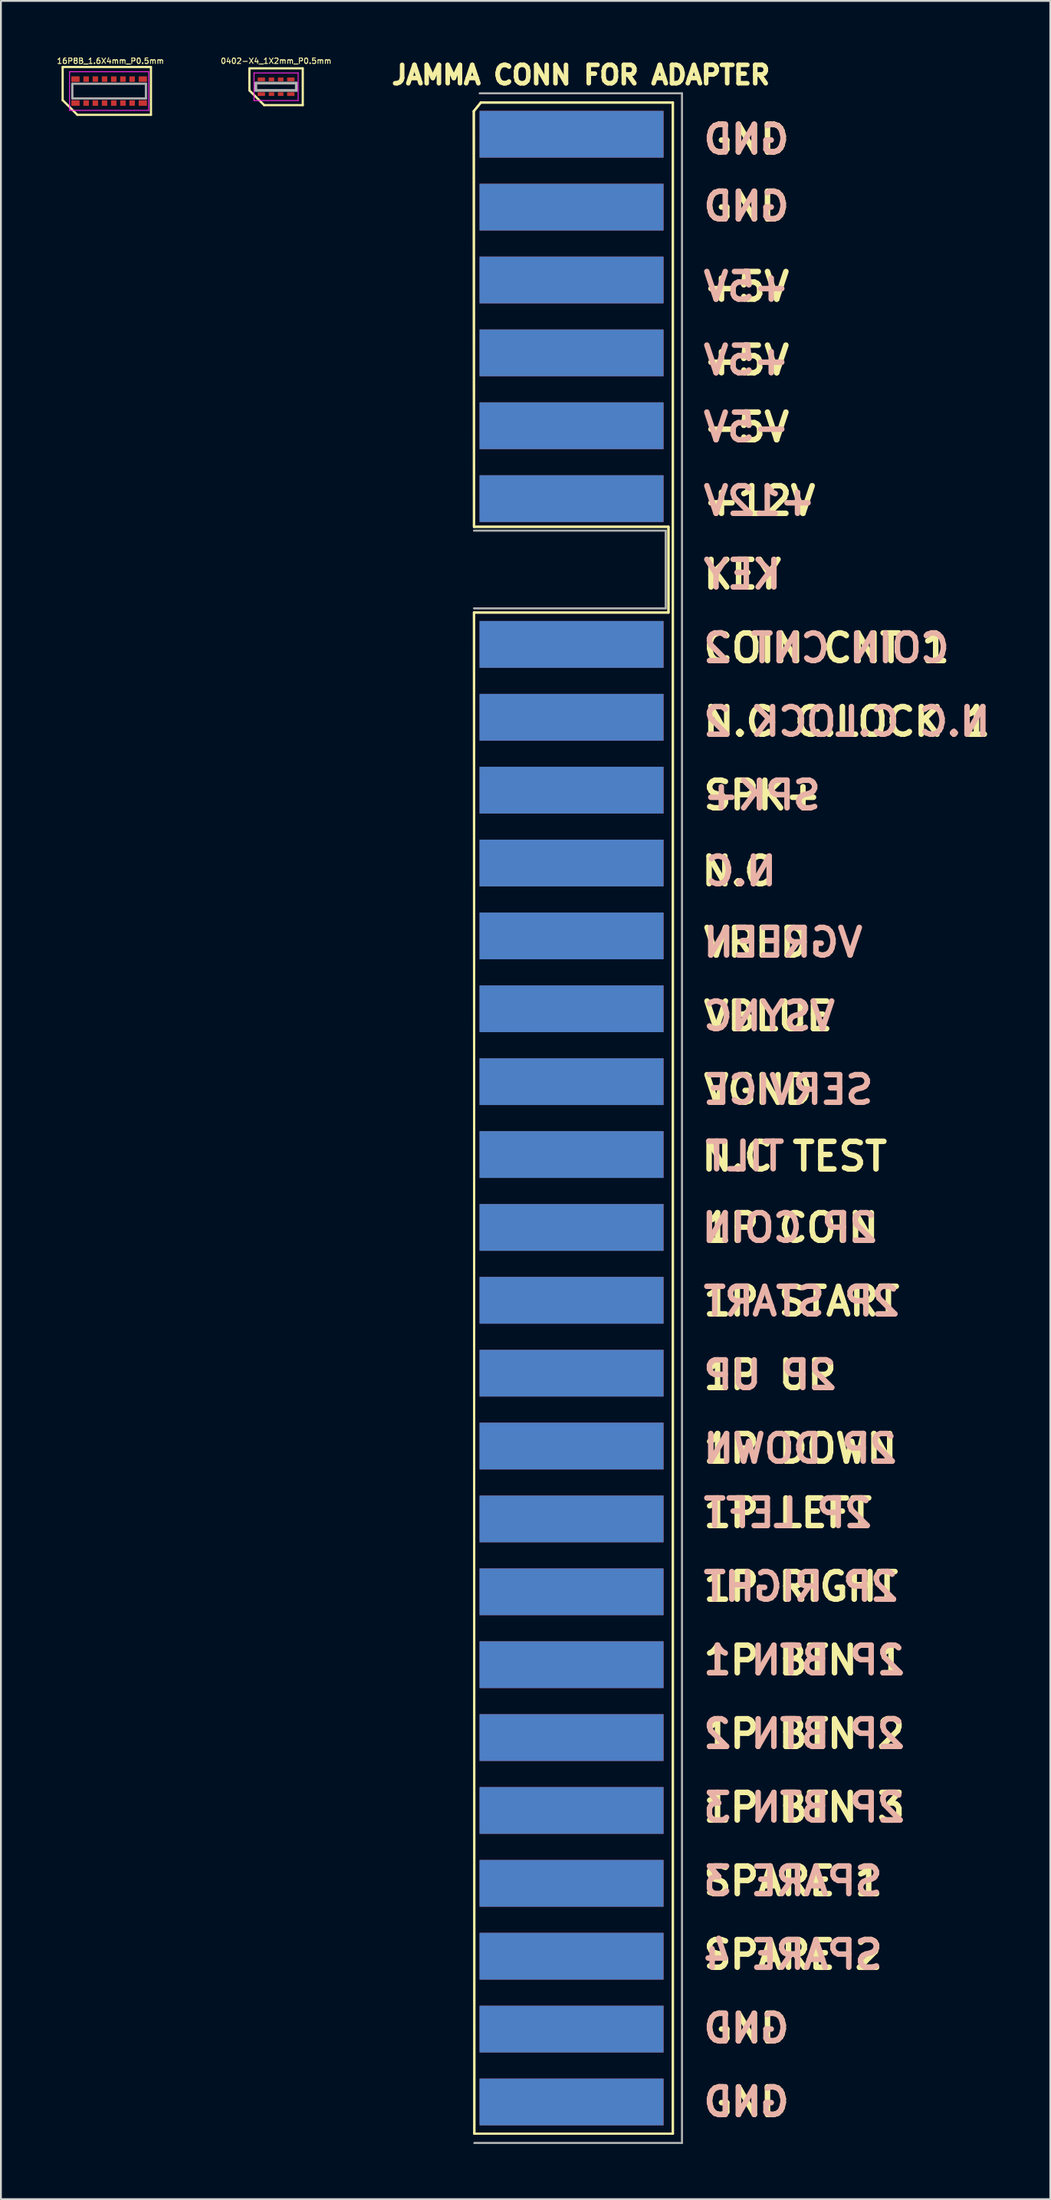
<source format=kicad_pcb>
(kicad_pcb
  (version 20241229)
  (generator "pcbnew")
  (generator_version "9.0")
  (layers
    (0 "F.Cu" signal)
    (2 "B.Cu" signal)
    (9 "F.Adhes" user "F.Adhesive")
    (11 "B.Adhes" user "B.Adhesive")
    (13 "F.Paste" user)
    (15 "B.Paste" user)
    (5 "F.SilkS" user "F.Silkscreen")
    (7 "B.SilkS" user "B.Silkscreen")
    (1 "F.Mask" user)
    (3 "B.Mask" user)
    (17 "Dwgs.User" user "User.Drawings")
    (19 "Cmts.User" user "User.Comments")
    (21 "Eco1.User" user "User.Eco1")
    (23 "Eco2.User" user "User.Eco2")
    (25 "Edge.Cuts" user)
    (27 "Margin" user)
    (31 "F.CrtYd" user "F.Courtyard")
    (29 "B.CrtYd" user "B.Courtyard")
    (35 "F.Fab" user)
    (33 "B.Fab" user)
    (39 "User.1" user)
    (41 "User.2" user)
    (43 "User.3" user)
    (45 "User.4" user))
  (footprint "16P8B_1.6X4mm_P0.5mm"
    (layer "F.Cu")
    (at 2.882 1.898)
    (property "Reference" "16P8B_1.6X4mm_P0.5mm" (at 0.07 -1.635 0) (layer "F.SilkS") (effects (font (size 0.3 0.3) (thickness 0.05))))
    (attr smd)
    (fp_line (start -2.527 -1.307) (end 2.273 -1.307) (stroke (width 0.12) (type solid)) (layer "F.SilkS"))
    (fp_line (start -2.527 0.493) (end -2.527 -1.307) (stroke (width 0.12) (type solid)) (layer "F.SilkS"))
    (fp_line (start -1.727 1.293) (end -2.527 0.493) (stroke (width 0.12) (type solid)) (layer "F.SilkS"))
    (fp_line (start 2.273 -1.307) (end 2.273 1.293) (stroke (width 0.12) (type solid)) (layer "F.SilkS"))
    (fp_line (start 2.273 1.293) (end -1.727 1.293) (stroke (width 0.12) (type solid)) (layer "F.SilkS"))
    (fp_line (start -2.15 -1.05) (end 2.15 -1.05) (stroke (width 0.05) (type solid)) (layer "F.CrtYd"))
    (fp_line (start -2.15 1.05) (end -2.15 -1.05) (stroke (width 0.05) (type solid)) (layer "F.CrtYd"))
    (fp_line (start 2.15 -1.05) (end 2.15 1.05) (stroke (width 0.05) (type solid)) (layer "F.CrtYd"))
    (fp_line (start 2.15 1.05) (end -2.15 1.05) (stroke (width 0.05) (type solid)) (layer "F.CrtYd"))
    (fp_line (start -2 -0.4) (end -2 0.4) (stroke (width 0.12) (type solid)) (layer "F.Fab"))
    (fp_line (start -2 -0.4) (end 2 -0.4) (stroke (width 0.12) (type solid)) (layer "F.Fab"))
    (fp_line (start -2 0.4) (end 2 0.4) (stroke (width 0.12) (type solid)) (layer "F.Fab"))
    (fp_line (start 2 -0.4) (end 2 0.4) (stroke (width 0.12) (type solid)) (layer "F.Fab"))
    (pad "1" smd rect (at -1.83 0.65) (size 0.45 0.3) (layers "F.Cu" "F.Mask" "F.Paste"))
    (pad "2" smd rect (at -1.25 0.65) (size 0.3 0.3) (layers "F.Cu" "F.Mask" "F.Paste"))
    (pad "3" smd rect (at -0.75 0.65) (size 0.3 0.3) (layers "F.Cu" "F.Mask" "F.Paste"))
    (pad "4" smd rect (at -0.25 0.65) (size 0.3 0.3) (layers "F.Cu" "F.Mask" "F.Paste"))
    (pad "5" smd rect (at 0.25 0.65) (size 0.3 0.3) (layers "F.Cu" "F.Mask" "F.Paste"))
    (pad "6" smd rect (at 0.75 0.65) (size 0.3 0.3) (layers "F.Cu" "F.Mask" "F.Paste"))
    (pad "7" smd rect (at 1.25 0.65) (size 0.3 0.3) (layers "F.Cu" "F.Mask" "F.Paste"))
    (pad "8" smd rect (at 1.83 0.65) (size 0.45 0.3) (layers "F.Cu" "F.Mask" "F.Paste"))
    (pad "9" smd rect (at 1.83 -0.65) (size 0.45 0.3) (layers "F.Cu" "F.Mask" "F.Paste"))
    (pad "10" smd rect (at 1.25 -0.65) (size 0.3 0.3) (layers "F.Cu" "F.Mask" "F.Paste"))
    (pad "11" smd rect (at 0.75 -0.65) (size 0.3 0.3) (layers "F.Cu" "F.Mask" "F.Paste"))
    (pad "12" smd rect (at 0.25 -0.65) (size 0.3 0.3) (layers "F.Cu" "F.Mask" "F.Paste"))
    (pad "13" smd rect (at -0.25 -0.65) (size 0.3 0.3) (layers "F.Cu" "F.Mask" "F.Paste"))
    (pad "14" smd rect (at -0.75 -0.65) (size 0.3 0.3) (layers "F.Cu" "F.Mask" "F.Paste"))
    (pad "15" smd rect (at -1.25 -0.65) (size 0.3 0.3) (layers "F.Cu" "F.Mask" "F.Paste"))
    (pad "16" smd rect (at -1.83 -0.65) (size 0.45 0.3) (layers "F.Cu" "F.Mask" "F.Paste")))
  (footprint "0402-X4_1X2mm_P0.5mm"
    (layer "F.Cu")
    (at 11.956 1.663)
    (property "Reference" "0402-X4_1X2mm_P0.5mm" (at 0 -1.4 180) (layer "F.SilkS") (effects (font (size 0.3 0.3) (thickness 0.05))))
    (attr smd)
    (fp_line (start -1.45 -1) (end 1.45 -1) (stroke (width 0.12) (type solid)) (layer "F.SilkS"))
    (fp_line (start -1.45 0.2) (end -1.45 -1) (stroke (width 0.12) (type solid)) (layer "F.SilkS"))
    (fp_line (start -0.65 1) (end -1.45 0.2) (stroke (width 0.12) (type solid)) (layer "F.SilkS"))
    (fp_line (start 1.45 -1) (end 1.45 1) (stroke (width 0.12) (type solid)) (layer "F.SilkS"))
    (fp_line (start 1.45 1) (end -0.65 1) (stroke (width 0.12) (type solid)) (layer "F.SilkS"))
    (fp_line (start -1.2 -0.75) (end 1.2 -0.75) (stroke (width 0.05) (type solid)) (layer "F.CrtYd"))
    (fp_line (start -1.2 0.75) (end -1.2 -0.75) (stroke (width 0.05) (type solid)) (layer "F.CrtYd"))
    (fp_line (start 1.2 -0.75) (end 1.2 0.75) (stroke (width 0.05) (type solid)) (layer "F.CrtYd"))
    (fp_line (start 1.2 0.75) (end -1.2 0.75) (stroke (width 0.05) (type solid)) (layer "F.CrtYd"))
    (fp_line (start -1.1 -0.2) (end 1.1 -0.2) (stroke (width 0.15) (type solid)) (layer "F.Fab"))
    (fp_line (start -1.1 0.2) (end -1.1 -0.2) (stroke (width 0.15) (type solid)) (layer "F.Fab"))
    (fp_line (start 1.1 -0.2) (end 1.1 0.2) (stroke (width 0.15) (type solid)) (layer "F.Fab"))
    (fp_line (start 1.1 0.2) (end -1.1 0.2) (stroke (width 0.15) (type solid)) (layer "F.Fab"))
    (pad "1" smd rect (at -0.8 0.4) (size 0.4 0.2) (layers "F.Cu" "F.Mask" "F.Paste"))
    (pad "2" smd rect (at -0.25 0.4) (size 0.3 0.2) (layers "F.Cu" "F.Mask" "F.Paste"))
    (pad "3" smd rect (at 0.25 0.4) (size 0.3 0.2) (layers "F.Cu" "F.Mask" "F.Paste"))
    (pad "4" smd rect (at 0.8 0.4) (size 0.4 0.2) (layers "F.Cu" "F.Mask" "F.Paste"))
    (pad "5" smd rect (at 0.8 -0.4) (size 0.4 0.2) (layers "F.Cu" "F.Mask" "F.Paste"))
    (pad "6" smd rect (at 0.25 -0.4) (size 0.3 0.2) (layers "F.Cu" "F.Mask" "F.Paste"))
    (pad "7" smd rect (at -0.25 -0.4) (size 0.3 0.2) (layers "F.Cu" "F.Mask" "F.Paste"))
    (pad "8" smd rect (at -0.8 -0.4) (size 0.4 0.2) (layers "F.Cu" "F.Mask" "F.Paste")))
  (footprint "JAMMA CONN FOR ADAPTER"
    (layer "F.Cu")
    (at 27.522 54.164)
    (property "Reference" "JAMMA CONN FOR ADAPTER" (at 1 -53.14 0) (layer "F.SilkS") (effects (font (size 1 1) (thickness 0.25))))
    (attr through_hole)
    (fp_line (start -4.82 -51.17) (end -4.81 -28.59) (stroke (width 0.12) (type default)) (layer "F.SilkS"))
    (fp_line (start -4.82 -51.17) (end -4.81 -28.59) (stroke (width 0.12) (type default)) (layer "F.SilkS"))
    (fp_line (start -4.79 58.72) (end -4.81 -23.93) (stroke (width 0.12) (type default)) (layer "F.SilkS"))
    (fp_line (start -4.79 58.72) (end -4.81 -23.93) (stroke (width 0.12) (type default)) (layer "F.SilkS"))
    (fp_line (start -4.79 58.72) (end 6 58.72) (stroke (width 0.12) (type default)) (layer "F.SilkS"))
    (fp_line (start -4.79 58.72) (end 6 58.72) (stroke (width 0.12) (type default)) (layer "F.SilkS"))
    (fp_line (start -4.44 -51.64) (end -4.82 -51.17) (stroke (width 0.12) (type default)) (layer "F.SilkS"))
    (fp_line (start -4.44 -51.64) (end -4.82 -51.17) (stroke (width 0.12) (type default)) (layer "F.SilkS"))
    (fp_line (start 5.76 -28.59) (end -4.81 -28.59) (stroke (width 0.12) (type default)) (layer "F.SilkS"))
    (fp_line (start 5.76 -28.59) (end -4.81 -28.59) (stroke (width 0.12) (type default)) (layer "F.SilkS"))
    (fp_line (start 5.76 -28.59) (end 5.76 -23.93) (stroke (width 0.12) (type default)) (layer "F.SilkS"))
    (fp_line (start 5.76 -28.59) (end 5.76 -23.93) (stroke (width 0.12) (type default)) (layer "F.SilkS"))
    (fp_line (start 5.76 -23.93) (end -4.81 -23.93) (stroke (width 0.12) (type default)) (layer "F.SilkS"))
    (fp_line (start 5.76 -23.93) (end -4.81 -23.93) (stroke (width 0.12) (type default)) (layer "F.SilkS"))
    (fp_line (start 6 -51.64) (end -4.44 -51.64) (stroke (width 0.12) (type default)) (layer "F.SilkS"))
    (fp_line (start 6 -51.64) (end -4.44 -51.64) (stroke (width 0.12) (type default)) (layer "F.SilkS"))
    (fp_line (start 6 58.72) (end 6 -51.64) (stroke (width 0.12) (type default)) (layer "F.SilkS"))
    (fp_line (start 6 58.72) (end 6 -51.64) (stroke (width 0.12) (type default)) (layer "F.SilkS"))
    (fp_line (start -4.5 -52.14) (end 6.5 -52.14) (stroke (width 0.1) (type default)) (layer "F.Fab"))
    (fp_line (start -4.5 -52.14) (end 6.5 -52.14) (stroke (width 0.1) (type default)) (layer "F.Fab"))
    (fp_line (start 5.61 -28.38) (end -4.81 -28.38) (stroke (width 0.1) (type default)) (layer "F.Fab"))
    (fp_line (start 5.61 -28.38) (end -4.81 -28.38) (stroke (width 0.1) (type default)) (layer "F.Fab"))
    (fp_line (start 5.61 -28.38) (end 5.61 -24.16) (stroke (width 0.1) (type default)) (layer "F.Fab"))
    (fp_line (start 5.61 -28.38) (end 5.61 -24.16) (stroke (width 0.1) (type default)) (layer "F.Fab"))
    (fp_line (start 5.61 -24.16) (end -4.81 -24.16) (stroke (width 0.1) (type default)) (layer "F.Fab"))
    (fp_line (start 5.61 -24.16) (end -4.81 -24.16) (stroke (width 0.1) (type default)) (layer "F.Fab"))
    (fp_line (start 6.5 -52.14) (end 6.5 59.23) (stroke (width 0.1) (type default)) (layer "F.Fab"))
    (fp_line (start 6.5 -52.14) (end 6.5 59.23) (stroke (width 0.1) (type default)) (layer "F.Fab"))
    (fp_line (start 6.5 59.23) (end -4.79 59.23) (stroke (width 0.1) (type default)) (layer "F.Fab"))
    (fp_line (start 6.5 59.23) (end -4.79 59.23) (stroke (width 0.1) (type default)) (layer "F.Fab"))
    (fp_text user "GND" (at 10 57 0) (layer "F.SilkS") (effects (font (size 1.5 1.5) (thickness 0.3))))
    (fp_text user "1P LEFT" (at 12.25 25 0) (layer "F.SilkS") (effects (font (size 1.5 1.5) (thickness 0.3))))
    (fp_text user "-5V" (at 10 -34 0) (layer "F.SilkS") (effects (font (size 1.5 1.5) (thickness 0.3))))
    (fp_text user "1P BTN 1" (at 13.143 33 0) (layer "F.SilkS") (effects (font (size 1.5 1.5) (thickness 0.3))))
    (fp_text user "N.C C.LOCK 1" (at 15.464 -18 0) (layer "F.SilkS") (effects (font (size 1.5 1.5) (thickness 0.3))))
    (fp_text user "+5V" (at 10 -41.64 0) (layer "F.SilkS") (effects (font (size 1.5 1.5) (thickness 0.3))))
    (fp_text user "COIN CNT 1" (at 14.357 -22 0) (layer "F.SilkS") (effects (font (size 1.5 1.5) (thickness 0.3))))
    (fp_text user "GND" (at 10 -49.64 0) (layer "F.SilkS") (effects (font (size 1.5 1.5) (thickness 0.3))))
    (fp_text user "1P UP" (at 11.286 17.5 0) (layer "F.SilkS") (effects (font (size 1.5 1.5) (thickness 0.3))))
    (fp_text user "1P BTN 3" (at 13.143 41 0) (layer "F.SilkS") (effects (font (size 1.5 1.5) (thickness 0.3))))
    (fp_text user "1P COIN " (at 13 9.5 0) (layer "F.SilkS") (effects (font (size 1.5 1.5) (thickness 0.3))))
    (fp_text user "N.C" (at 7.414 -9 0) (unlocked yes) (layer "F.SilkS") (effects (font (size 1.5 1.5) (thickness 0.3) (bold yes)) (justify left bottom)))
    (fp_text user "N.C TEST" (at 7.414 6.5 0) (unlocked yes) (layer "F.SilkS") (effects (font (size 1.5 1.5) (thickness 0.3) (bold yes)) (justify left bottom)))
    (fp_text user "+12V" (at 10.714 -30 0) (layer "F.SilkS") (effects (font (size 1.5 1.5) (thickness 0.3))))
    (fp_text user "+5V" (at 10 -37.64 0) (layer "F.SilkS") (effects (font (size 1.5 1.5) (thickness 0.3))))
    (fp_text user "1P RIGHT" (at 12.964 29 0) (layer "F.SilkS") (effects (font (size 1.5 1.5) (thickness 0.3))))
    (fp_text user "1P START" (at 13 13.5 0) (layer "F.SilkS") (effects (font (size 1.5 1.5) (thickness 0.3))))
    (fp_text user "VGND" (at 10.643 2 0) (layer "F.SilkS") (effects (font (size 1.5 1.5) (thickness 0.3))))
    (fp_text user "SPARE 2" (at 12.536 49 0) (layer "F.SilkS") (effects (font (size 1.5 1.5) (thickness 0.3))))
    (fp_text user "GND" (at 10 53 0) (layer "F.SilkS") (effects (font (size 1.5 1.5) (thickness 0.3))))
    (fp_text user "GND" (at 10 -46 0) (layer "F.SilkS") (effects (font (size 1.5 1.5) (thickness 0.3))))
    (fp_text user "1P BTN 2" (at 13.143 37 0) (layer "F.SilkS") (effects (font (size 1.5 1.5) (thickness 0.3))))
    (fp_text user "KEY" (at 9.786 -26 0) (layer "F.SilkS") (effects (font (size 1.5 1.5) (thickness 0.3))))
    (fp_text user "VRED" (at 10.536 -6 0) (layer "F.SilkS") (effects (font (size 1.5 1.5) (thickness 0.3))))
    (fp_text user "SPARE 1" (at 12.536 45 0) (layer "F.SilkS") (effects (font (size 1.5 1.5) (thickness 0.3))))
    (fp_text user "VBLUE" (at 11.179 -2 0) (layer "F.SilkS") (effects (font (size 1.5 1.5) (thickness 0.3))))
    (fp_text user "1P DOWN" (at 12.929 21.5 0) (layer "F.SilkS") (effects (font (size 1.5 1.5) (thickness 0.3))))
    (fp_text user "SPK+" (at 10.857 -14 0) (layer "F.SilkS") (effects (font (size 1.5 1.5) (thickness 0.3))))
    (fp_text user "N.C" (at 11.79 -9 0) (unlocked yes) (layer "B.SilkS") (effects (font (size 1.5 1.5) (thickness 0.3) (bold yes)) (justify left bottom mirror)))
    (fp_text user "VSYNC" (at 11.24 -2 0) (layer "B.SilkS") (effects (font (size 1.5 1.5) (thickness 0.3)) (justify mirror)))
    (fp_text user "SPARE 3" (at 12.526 45 0) (layer "B.SilkS") (effects (font (size 1.5 1.5) (thickness 0.3)) (justify mirror)))
    (fp_text user "GND" (at 9.99 53 0) (layer "B.SilkS") (effects (font (size 1.5 1.5) (thickness 0.3)) (justify mirror)))
    (fp_text user "GND" (at 9.99 -49.64 0) (layer "B.SilkS") (effects (font (size 1.5 1.5) (thickness 0.3)) (justify mirror)))
    (fp_text user "+12V" (at 10.704 -30 0) (layer "B.SilkS") (effects (font (size 1.5 1.5) (thickness 0.3)) (justify mirror)))
    (fp_text user "2P BTN 2" (at 13.133 37 0) (layer "B.SilkS") (effects (font (size 1.5 1.5) (thickness 0.3)) (justify mirror)))
    (fp_text user "+5V" (at 9.99 -41.64 0) (layer "B.SilkS") (effects (font (size 1.5 1.5) (thickness 0.3)) (justify mirror)))
    (fp_text user "+5V" (at 9.99 -37.64 0) (layer "B.SilkS") (effects (font (size 1.5 1.5) (thickness 0.3)) (justify mirror)))
    (fp_text user "VGREEN" (at 11.99 -6 0) (layer "B.SilkS") (effects (font (size 1.5 1.5) (thickness 0.3)) (justify mirror)))
    (fp_text user "-5V" (at 9.99 -34 0) (layer "B.SilkS") (effects (font (size 1.5 1.5) (thickness 0.3)) (justify mirror)))
    (fp_text user "SPARE 4" (at 12.526 49 0) (layer "B.SilkS") (effects (font (size 1.5 1.5) (thickness 0.3)) (justify mirror)))
    (fp_text user "2P BTN 3" (at 13.133 41 0) (layer "B.SilkS") (effects (font (size 1.5 1.5) (thickness 0.3)) (justify mirror)))
    (fp_text user "2P START" (at 12.99 13.5 0) (layer "B.SilkS") (effects (font (size 1.5 1.5) (thickness 0.3)) (justify mirror)))
    (fp_text user "GND" (at 9.99 57 0) (layer "B.SilkS") (effects (font (size 1.5 1.5) (thickness 0.3)) (justify mirror)))
    (fp_text user "2P RIGHT" (at 12.954 29 0) (layer "B.SilkS") (effects (font (size 1.5 1.5) (thickness 0.3)) (justify mirror)))
    (fp_text user "TILT" (at 12.219 6.49 0) (unlocked yes) (layer "B.SilkS") (effects (font (size 1.5 1.5) (thickness 0.3) (bold yes)) (justify left bottom mirror)))
    (fp_text user "KEY" (at 9.776 -26 0) (layer "B.SilkS") (effects (font (size 1.5 1.5) (thickness 0.3)) (justify mirror)))
    (fp_text user "SERVICE" (at 12.276 2 0) (layer "B.SilkS") (effects (font (size 1.5 1.5) (thickness 0.3)) (justify mirror)))
    (fp_text user "2P BTN 1" (at 13.133 33 0) (layer "B.SilkS") (effects (font (size 1.5 1.5) (thickness 0.3)) (justify mirror)))
    (fp_text user "2P COIN " (at 11.77 9.5 0) (layer "B.SilkS") (effects (font (size 1.5 1.5) (thickness 0.3)) (justify mirror)))
    (fp_text user "SPK+" (at 10.847 -14 0) (layer "B.SilkS") (effects (font (size 1.5 1.5) (thickness 0.3)) (justify mirror)))
    (fp_text user "GND" (at 9.99 -46 0) (layer "B.SilkS") (effects (font (size 1.5 1.5) (thickness 0.3)) (justify mirror)))
    (fp_text user "2P DOWN" (at 12.919 21.5 0) (layer "B.SilkS") (effects (font (size 1.5 1.5) (thickness 0.3)) (justify mirror)))
    (fp_text user "2P LEFT" (at 12.24 25 0) (layer "B.SilkS") (effects (font (size 1.5 1.5) (thickness 0.3)) (justify mirror)))
    (fp_text user "2P UP" (at 11.276 17.5 0) (layer "B.SilkS") (effects (font (size 1.5 1.5) (thickness 0.3)) (justify mirror)))
    (fp_text user "COIN CNT 2" (at 14.347 -22 0) (layer "B.SilkS") (effects (font (size 1.5 1.5) (thickness 0.3)) (justify mirror)))
    (fp_text user "N.C C.LOCK 2" (at 15.454 -18 0) (layer "B.SilkS") (effects (font (size 1.5 1.5) (thickness 0.3)) (justify mirror)))
    (pad "1" connect rect (at 0.5 -49.92 90) (size 2.54 10) (layers "F.Cu" "F.Mask"))
    (pad "2" connect rect (at 0.5 -45.96 90) (size 2.54 10) (layers "F.Cu" "F.Mask"))
    (pad "3" connect rect (at 0.5 -42 90) (size 2.54 10) (layers "F.Cu" "F.Mask"))
    (pad "4" connect rect (at 0.5 -38.04 90) (size 2.54 10) (layers "F.Cu" "F.Mask"))
    (pad "5" connect rect (at 0.5 -34.08 90) (size 2.54 10) (layers "F.Cu" "F.Mask"))
    (pad "6" connect rect (at 0.5 -30.12 90) (size 2.54 10) (layers "F.Cu" "F.Mask"))
    (pad "8" connect rect (at 0.5 -22.2 90) (size 2.54 10) (layers "F.Cu" "F.Mask"))
    (pad "9" connect rect (at 0.5 -18.24 90) (size 2.54 10) (layers "F.Cu" "F.Mask"))
    (pad "10" connect rect (at 0.5 -14.28 90) (size 2.54 10) (layers "F.Cu" "F.Mask"))
    (pad "11" connect rect (at 0.5 -10.32 90) (size 2.54 10) (layers "F.Cu" "F.Mask"))
    (pad "12" connect rect (at 0.5 -6.36 90) (size 2.54 10) (layers "F.Cu" "F.Mask"))
    (pad "13" connect rect (at 0.5 -2.4 90) (size 2.54 10) (layers "F.Cu" "F.Mask"))
    (pad "14" connect rect (at 0.5 1.56 90) (size 2.54 10) (layers "F.Cu" "F.Mask"))
    (pad "15" connect rect (at 0.5 5.52 90) (size 2.54 10) (layers "F.Cu" "F.Mask"))
    (pad "16" connect rect (at 0.5 9.48 90) (size 2.54 10) (layers "F.Cu" "F.Mask"))
    (pad "17" connect rect (at 0.5 13.44 90) (size 2.54 10) (layers "F.Cu" "F.Mask"))
    (pad "18" connect rect (at 0.5 17.4 90) (size 2.54 10) (layers "F.Cu" "F.Mask"))
    (pad "19" connect rect (at 0.5 21.36 90) (size 2.54 10) (layers "F.Cu" "F.Mask"))
    (pad "20" connect rect (at 0.5 25.32 90) (size 2.54 10) (layers "F.Cu" "F.Mask"))
    (pad "21" connect rect (at 0.5 29.28 90) (size 2.54 10) (layers "F.Cu" "F.Mask"))
    (pad "22" connect rect (at 0.5 33.24 90) (size 2.54 10) (layers "F.Cu" "F.Mask"))
    (pad "23" connect rect (at 0.5 37.2 90) (size 2.54 10) (layers "F.Cu" "F.Mask"))
    (pad "24" connect rect (at 0.5 41.16 90) (size 2.54 10) (layers "F.Cu" "F.Mask"))
    (pad "25" connect rect (at 0.5 45.12 90) (size 2.54 10) (layers "F.Cu" "F.Mask"))
    (pad "26" connect rect (at 0.5 49.08 90) (size 2.54 10) (layers "F.Cu" "F.Mask"))
    (pad "27" connect rect (at 0.5 53.04 90) (size 2.54 10) (layers "F.Cu" "F.Mask"))
    (pad "28" connect rect (at 0.5 57 90) (size 2.54 10) (layers "F.Cu" "F.Mask"))
    (pad "A" connect rect (at 0.49 -49.92 90) (size 2.54 10) (layers "B.Cu" "B.Mask"))
    (pad "B" connect rect (at 0.49 -45.96 90) (size 2.54 10) (layers "B.Cu" "B.Mask"))
    (pad "C" connect rect (at 0.49 -42 90) (size 2.54 10) (layers "B.Cu" "B.Mask"))
    (pad "D" connect rect (at 0.49 -38.04 90) (size 2.54 10) (layers "B.Cu" "B.Mask"))
    (pad "E" connect rect (at 0.49 -34.08 90) (size 2.54 10) (layers "B.Cu" "B.Mask"))
    (pad "F" connect rect (at 0.49 -30.12 90) (size 2.54 10) (layers "B.Cu" "B.Mask"))
    (pad "J" connect rect (at 0.49 -22.2 90) (size 2.54 10) (layers "B.Cu" "B.Mask"))
    (pad "K" connect rect (at 0.49 -18.24 90) (size 2.54 10) (layers "B.Cu" "B.Mask"))
    (pad "L" connect rect (at 0.49 -14.28 90) (size 2.54 10) (layers "B.Cu" "B.Mask"))
    (pad "M" connect rect (at 0.49 -10.32 90) (size 2.54 10) (layers "B.Cu" "B.Mask"))
    (pad "N" connect rect (at 0.49 -6.36 90) (size 2.54 10) (layers "B.Cu" "B.Mask"))
    (pad "P" connect rect (at 0.49 -2.4 90) (size 2.54 10) (layers "B.Cu" "B.Mask"))
    (pad "R" connect rect (at 0.49 1.56 90) (size 2.54 10) (layers "B.Cu" "B.Mask"))
    (pad "S" connect rect (at 0.49 5.52 90) (size 2.54 10) (layers "B.Cu" "B.Mask"))
    (pad "T" connect rect (at 0.49 9.48 90) (size 2.54 10) (layers "B.Cu" "B.Mask"))
    (pad "U" connect rect (at 0.49 13.44 90) (size 2.54 10) (layers "B.Cu" "B.Mask"))
    (pad "V" connect rect (at 0.49 17.4 90) (size 2.54 10) (layers "B.Cu" "B.Mask"))
    (pad "W" connect rect (at 0.49 21.36 90) (size 2.54 10) (layers "B.Cu" "B.Mask"))
    (pad "X" connect rect (at 0.49 25.32 90) (size 2.54 10) (layers "B.Cu" "B.Mask"))
    (pad "Y" connect rect (at 0.49 29.28 90) (size 2.54 10) (layers "B.Cu" "B.Mask"))
    (pad "Z" connect rect (at 0.49 33.24 90) (size 2.54 10) (layers "B.Cu" "B.Mask"))
    (pad "a" connect rect (at 0.49 37.2 90) (size 2.54 10) (layers "B.Cu" "B.Mask"))
    (pad "b" connect rect (at 0.49 41.16 90) (size 2.54 10) (layers "B.Cu" "B.Mask"))
    (pad "c" connect rect (at 0.49 45.12 90) (size 2.54 10) (layers "B.Cu" "B.Mask"))
    (pad "d" connect rect (at 0.49 49.08 90) (size 2.54 10) (layers "B.Cu" "B.Mask"))
    (pad "e" connect rect (at 0.49 53.04 90) (size 2.54 10) (layers "B.Cu" "B.Mask"))
    (pad "f" connect rect (at 0.49 57 90) (size 2.54 10) (layers "B.Cu" "B.Mask")))
  (gr_rect
    (start -3 -3)
    (end 54.036 116.444)
    (stroke (width 0.1) (type default))
    (fill no)
    (layer "Edge.Cuts")))
</source>
